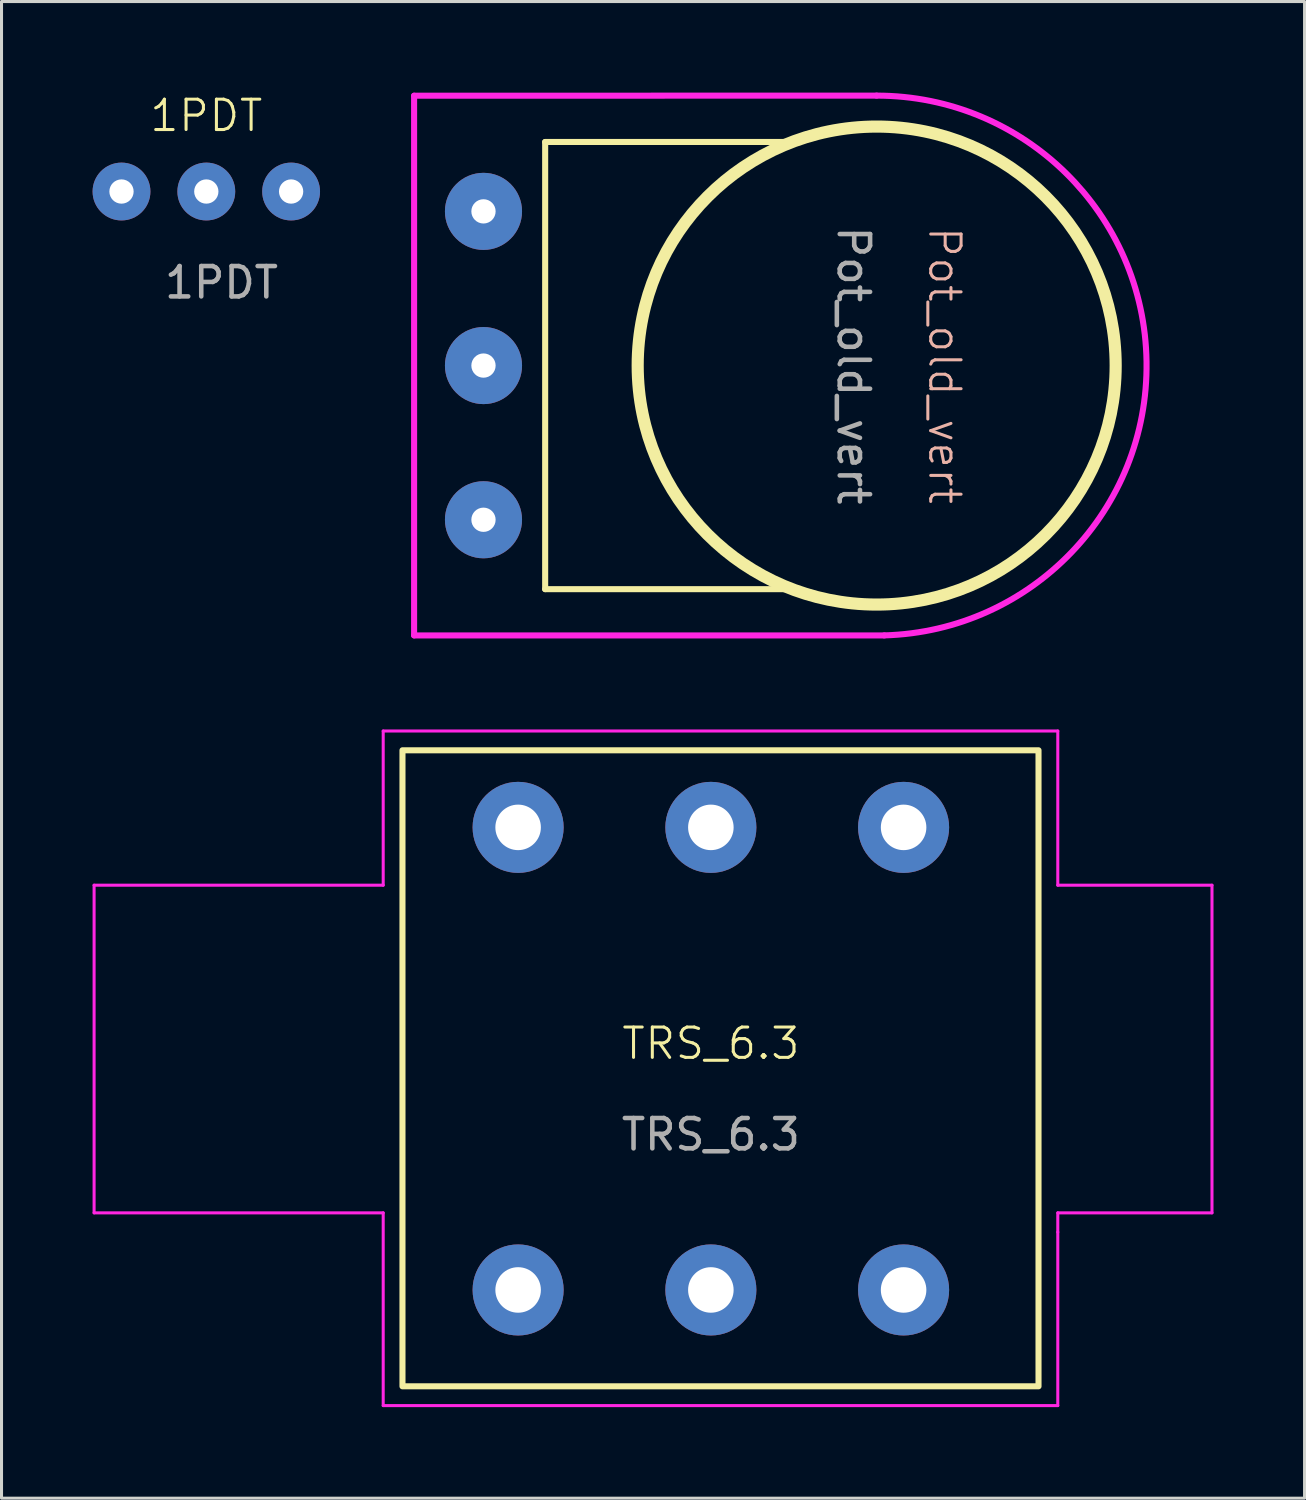
<source format=kicad_pcb>
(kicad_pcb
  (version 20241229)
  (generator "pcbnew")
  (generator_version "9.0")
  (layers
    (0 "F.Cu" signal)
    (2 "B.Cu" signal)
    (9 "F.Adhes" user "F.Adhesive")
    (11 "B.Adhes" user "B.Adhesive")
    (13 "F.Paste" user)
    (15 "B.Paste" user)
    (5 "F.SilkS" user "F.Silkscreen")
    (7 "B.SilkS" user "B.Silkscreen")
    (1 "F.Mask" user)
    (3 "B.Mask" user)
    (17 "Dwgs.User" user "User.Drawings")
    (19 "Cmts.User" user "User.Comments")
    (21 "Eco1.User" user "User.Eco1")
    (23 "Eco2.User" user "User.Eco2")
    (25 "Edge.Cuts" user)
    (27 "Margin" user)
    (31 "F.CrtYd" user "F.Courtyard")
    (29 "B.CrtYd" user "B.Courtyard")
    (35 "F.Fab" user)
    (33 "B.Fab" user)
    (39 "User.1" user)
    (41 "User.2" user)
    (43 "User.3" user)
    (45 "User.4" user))
  (footprint "TRS_6.3"
    (layer "F.Cu")
    (at 20.37 31.829)
    (property "Reference" "TRS_6.3" (at 0 -0.5 0) (unlocked yes) (layer "F.SilkS") (effects (font (size 1 1) (thickness 0.1))))
    (attr smd)
    (fp_rect (start -10.16 -10.16) (end 10.795 10.795) (stroke (width 0.2) (type default)) (fill no) (layer "F.SilkS"))
    (fp_line (start -20.32 -5.715) (end -20.32 5.08) (stroke (width 0.1) (type default)) (layer "F.CrtYd"))
    (fp_line (start -20.32 5.08) (end -10.795 5.08) (stroke (width 0.1) (type default)) (layer "F.CrtYd"))
    (fp_line (start -10.795 -10.795) (end -10.795 -5.715) (stroke (width 0.1) (type default)) (layer "F.CrtYd"))
    (fp_line (start -10.795 -5.715) (end -20.32 -5.715) (stroke (width 0.1) (type default)) (layer "F.CrtYd"))
    (fp_line (start -10.795 5.08) (end -10.795 11.43) (stroke (width 0.1) (type default)) (layer "F.CrtYd"))
    (fp_line (start -10.795 11.43) (end 11.43 11.43) (stroke (width 0.1) (type default)) (layer "F.CrtYd"))
    (fp_line (start 11.43 -10.795) (end -10.795 -10.795) (stroke (width 0.1) (type default)) (layer "F.CrtYd"))
    (fp_line (start 11.43 -5.715) (end 11.43 -10.795) (stroke (width 0.1) (type default)) (layer "F.CrtYd"))
    (fp_line (start 11.43 5.08) (end 16.51 5.08) (stroke (width 0.1) (type default)) (layer "F.CrtYd"))
    (fp_line (start 11.43 5.715) (end 11.43 5.08) (stroke (width 0.1) (type default)) (layer "F.CrtYd"))
    (fp_line (start 11.43 11.43) (end 11.43 5.715) (stroke (width 0.1) (type default)) (layer "F.CrtYd"))
    (fp_line (start 16.51 -5.715) (end 11.43 -5.715) (stroke (width 0.1) (type default)) (layer "F.CrtYd"))
    (fp_line (start 16.51 5.08) (end 16.51 -5.715) (stroke (width 0.1) (type default)) (layer "F.CrtYd"))
    (fp_text user "${REFERENCE}" (at 0 2.5 0) (unlocked yes) (layer "F.Fab") (effects (font (size 1 1) (thickness 0.15))))
    (pad "1" thru_hole circle (at -6.35 7.62) (size 3 3) (drill 1.5) (layers "*.Cu" "*.Mask"))
    (pad "2" thru_hole circle (at 0 7.62) (size 3 3) (drill 1.5) (layers "*.Cu" "*.Mask"))
    (pad "3" thru_hole circle (at 6.35 7.62) (size 3 3) (drill 1.5) (layers "*.Cu" "*.Mask"))
    (pad "4" thru_hole circle (at -6.35 -7.62) (size 3 3) (drill 1.5) (layers "*.Cu" "*.Mask") (padstack (mode custom) (layer "B.Cu" (shape circle) (size 3 3))))
    (pad "5" thru_hole circle (at 0 -7.62) (size 3 3) (drill 1.5) (layers "*.Cu" "*.Mask"))
    (pad "6" thru_hole circle (at 6.35 -7.62) (size 3 3) (drill 1.5) (layers "*.Cu" "*.Mask")))
  (footprint "1PDT"
    (layer "F.Cu")
    (at 3.747 3.26)
    (property "Reference" "1PDT" (at 0 -2.5 0) (unlocked yes) (layer "F.SilkS") (effects (font (size 1 1) (thickness 0.1))))
    (attr smd)
    (fp_text user "${REFERENCE}" (at 0.5 3 0) (unlocked yes) (layer "F.Fab") (effects (font (size 1 1) (thickness 0.15))))
    (pad "1" thru_hole circle (at -2.794 0) (size 1.905 1.905) (drill 0.8) (layers "*.Cu" "*.Mask"))
    (pad "2" thru_hole circle (at 0 0) (size 1.905 1.905) (drill 0.8) (layers "*.Cu" "*.Mask"))
    (pad "3" thru_hole circle (at 2.794 0) (size 1.905 1.905) (drill 0.8) (layers "*.Cu" "*.Mask")))
  (footprint "Pot_old_vert"
    (layer "F.Cu")
    (at 12.879 8.994)
    (property "Reference" "Pot_old_vert" (at 15.192 0 270) (unlocked yes) (layer "B.SilkS") (effects (font (size 1 1) (thickness 0.1))))
    (attr smd)
    (fp_line (start 2.032 -7.366) (end 2.032 7.366) (stroke (width 0.2) (type solid)) (layer "F.SilkS"))
    (fp_line (start 2.032 7.366) (end 10.16 7.366) (stroke (width 0.2) (type solid)) (layer "F.SilkS"))
    (fp_line (start 10.16 -7.366) (end 2.032 -7.366) (stroke (width 0.2) (type solid)) (layer "F.SilkS"))
    (fp_circle (center 12.954 0) (end 20.828 0) (stroke (width 0.4) (type solid)) (fill no) (layer "F.SilkS"))
    (fp_line (start -2.286 -8.89) (end -2.286 8.89) (stroke (width 0.2) (type solid)) (layer "F.CrtYd"))
    (fp_line (start -2.286 8.89) (end 13.205 8.89) (stroke (width 0.2) (type solid)) (layer "F.CrtYd"))
    (fp_line (start 12.951 -8.894) (end -2.286 -8.89) (stroke (width 0.2) (type solid)) (layer "F.CrtYd"))
    (fp_arc (start 12.951279 -8.893628) (mid 21.844001 -0.127013) (end 13.205279 8.89) (stroke (width 0.2) (type solid)) (layer "F.CrtYd"))
    (fp_text user "${REFERENCE}" (at 12.192 0 270) (unlocked yes) (layer "F.Fab") (effects (font (size 1 1) (thickness 0.15))))
    (pad "1" thru_hole circle (at 0 -5.08) (size 2.54 2.54) (drill 0.8) (layers "*.Cu" "*.Mask"))
    (pad "2" thru_hole circle (at 0 0) (size 2.54 2.54) (drill 0.8) (layers "*.Cu" "*.Mask"))
    (pad "3" thru_hole circle (at 0 5.08) (size 2.54 2.54) (drill 0.8) (layers "*.Cu" "*.Mask")))
  (gr_rect
    (start -3 -3)
    (end 39.93 46.309)
    (stroke (width 0.1) (type default))
    (fill no)
    (layer "Edge.Cuts")))
</source>
